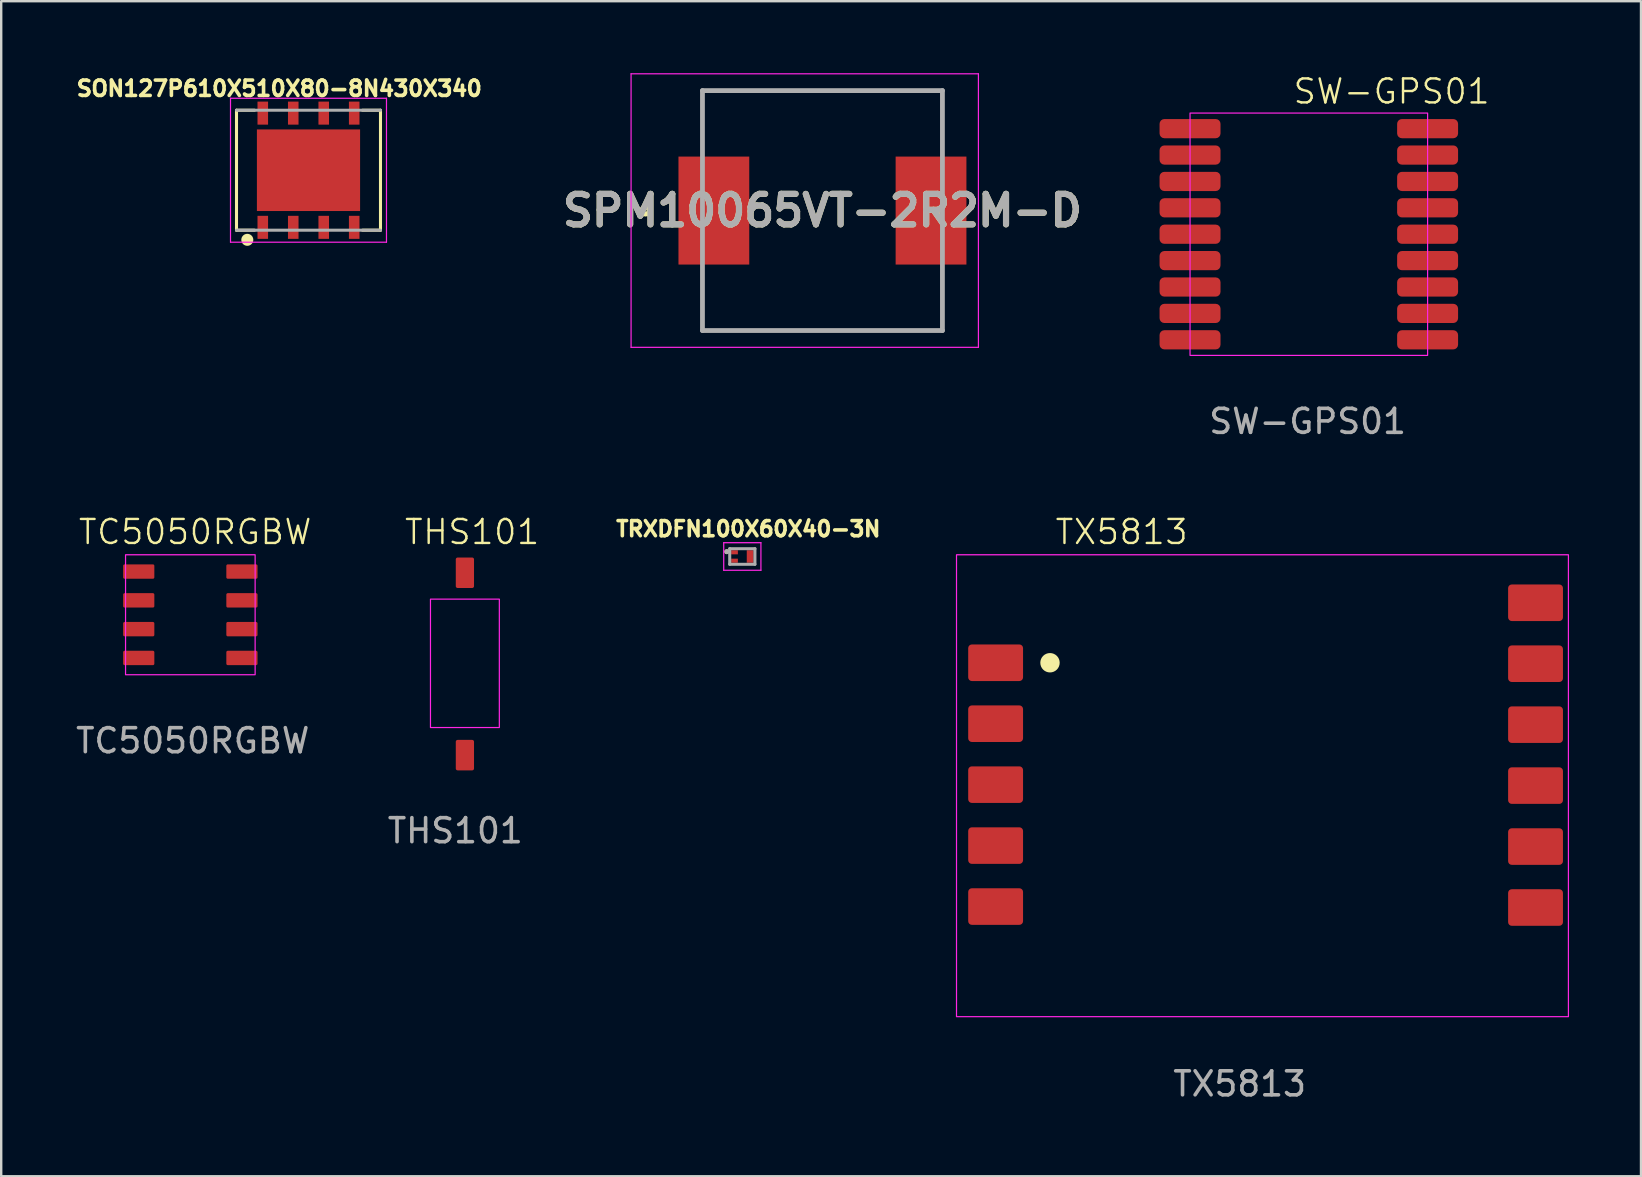
<source format=kicad_pcb>
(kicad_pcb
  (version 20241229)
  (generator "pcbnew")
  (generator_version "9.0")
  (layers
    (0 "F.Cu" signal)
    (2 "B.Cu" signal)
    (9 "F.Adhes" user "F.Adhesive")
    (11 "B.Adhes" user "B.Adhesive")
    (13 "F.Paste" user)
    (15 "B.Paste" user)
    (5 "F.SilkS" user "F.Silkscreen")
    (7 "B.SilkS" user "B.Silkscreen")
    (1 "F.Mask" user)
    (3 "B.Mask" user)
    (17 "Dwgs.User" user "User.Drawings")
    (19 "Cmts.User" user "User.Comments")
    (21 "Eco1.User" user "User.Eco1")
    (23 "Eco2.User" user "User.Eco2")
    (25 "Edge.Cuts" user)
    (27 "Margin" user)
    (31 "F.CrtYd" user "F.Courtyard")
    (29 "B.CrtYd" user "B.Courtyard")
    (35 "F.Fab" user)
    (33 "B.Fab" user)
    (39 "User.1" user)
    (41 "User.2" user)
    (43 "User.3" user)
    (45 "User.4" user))
  (footprint "THS101"
    (layer "F.Cu")
    (at 16.324 24.469)
    (property "Reference" "THS101" (at 0.3 -5.35 0) (unlocked yes) (layer "F.SilkS") (effects (font (size 1 1) (thickness 0.1))))
    (attr smd)
    (fp_rect (start -1.435 -2.55) (end 1.435 2.8) (stroke (width 0.05) (type default)) (fill no) (layer "F.CrtYd"))
    (fp_text user "${REFERENCE}" (at -0.4 7.1 0) (unlocked yes) (layer "F.Fab") (effects (font (size 1 1) (thickness 0.15))))
    (pad "1" smd roundrect (at 0 -3.65) (size 0.76 1.27) (layers "F.Cu" "F.Mask" "F.Paste") (roundrect_rratio 0.1))
    (pad "2" smd roundrect (at 0 3.95) (size 0.76 1.27) (layers "F.Cu" "F.Mask" "F.Paste") (roundrect_rratio 0.1)))
  (footprint "TC5050RGBW"
    (layer "F.Cu")
    (at 5.032 22.069)
    (property "Reference" "TC5050RGBW" (at 0.05 -2.95 0) (unlocked yes) (layer "F.SilkS") (effects (font (size 1 1) (thickness 0.1))))
    (attr smd)
    (fp_rect (start -2.85 -2) (end 2.55 3) (stroke (width 0.05) (type default)) (fill no) (layer "F.CrtYd"))
    (fp_text user "${REFERENCE}" (at -0.05 5.75 0) (unlocked yes) (layer "F.Fab") (effects (font (size 1 1) (thickness 0.15))))
    (pad "1" smd roundrect (at -2.3 -1.3 90) (size 0.6 1.3) (layers "F.Cu" "F.Mask" "F.Paste") (roundrect_rratio 0.1))
    (pad "2" smd roundrect (at -2.3 -0.1 90) (size 0.6 1.3) (layers "F.Cu" "F.Mask" "F.Paste") (roundrect_rratio 0.1))
    (pad "3" smd roundrect (at -2.3 1.1 90) (size 0.6 1.3) (layers "F.Cu" "F.Mask" "F.Paste") (roundrect_rratio 0.1))
    (pad "4" smd roundrect (at -2.3 2.3 90) (size 0.6 1.3) (layers "F.Cu" "F.Mask" "F.Paste") (roundrect_rratio 0.1))
    (pad "5" smd roundrect (at 2 2.3 90) (size 0.6 1.3) (layers "F.Cu" "F.Mask" "F.Paste") (roundrect_rratio 0.1))
    (pad "6" smd roundrect (at 2 1.1 90) (size 0.6 1.3) (layers "F.Cu" "F.Mask" "F.Paste") (roundrect_rratio 0.1))
    (pad "7" smd roundrect (at 2 -0.1 90) (size 0.6 1.3) (layers "F.Cu" "F.Mask" "F.Paste") (roundrect_rratio 0.1))
    (pad "8" smd roundrect (at 2 -1.3 90) (size 0.6 1.3) (layers "F.Cu" "F.Mask" "F.Paste") (roundrect_rratio 0.1)))
  (footprint "TRXDFN100X60X40-3N"
    (layer "F.Cu")
    (at 27.885 20.141)
    (property "Reference" "TRXDFN100X60X40-3N" (at 0.25 -1.15 0) (layer "F.SilkS") (effects (font (size 0.63 0.63) (thickness 0.15))))
    (attr smd)
    (fp_circle (center -0.65 -0.2) (end -0.648 -0.198) (stroke (width 0.1) (type solid)) (fill no) (layer "F.SilkS"))
    (fp_line (start -0.775 -0.575) (end 0.775 -0.575) (stroke (width 0.05) (type solid)) (layer "F.CrtYd"))
    (fp_line (start -0.775 0.575) (end -0.775 -0.575) (stroke (width 0.05) (type solid)) (layer "F.CrtYd"))
    (fp_line (start 0.775 -0.575) (end 0.775 0.575) (stroke (width 0.05) (type solid)) (layer "F.CrtYd"))
    (fp_line (start 0.775 0.575) (end -0.775 0.575) (stroke (width 0.05) (type solid)) (layer "F.CrtYd"))
    (fp_line (start -0.525 -0.325) (end 0.525 -0.325) (stroke (width 0.127) (type solid)) (layer "F.Fab"))
    (fp_line (start -0.525 0.325) (end -0.525 -0.325) (stroke (width 0.127) (type solid)) (layer "F.Fab"))
    (fp_line (start 0.525 -0.325) (end 0.525 0.325) (stroke (width 0.127) (type solid)) (layer "F.Fab"))
    (fp_line (start 0.525 0.325) (end -0.525 0.325) (stroke (width 0.127) (type solid)) (layer "F.Fab"))
    (fp_circle (center -0.65 -0.2) (end -0.648 -0.2) (stroke (width 0.1) (type solid)) (fill no) (layer "F.Fab"))
    (pad "1" smd rect (at -0.325 -0.175) (size 0.28 0.17) (layers "F.Cu" "F.Mask" "F.Paste"))
    (pad "2" smd rect (at -0.325 0.175) (size 0.28 0.17) (layers "F.Cu" "F.Mask" "F.Paste"))
    (pad "3" smd rect (at 0.325 0) (size 0.28 0.52) (layers "F.Cu" "F.Mask" "F.Paste")))
  (footprint "SPM10065VT-2R2M-D"
    (layer "F.Cu")
    (at 31.224 5.725)
    (property "Reference" "SPM10065VT-2R2M-D" (at 0 0 0) (layer "F.SilkS") (effects (font (size 1.27 1.27) (thickness 0.254))))
    (attr smd)
    (fp_line (start -5 -5) (end 5 -5) (stroke (width 0.1) (type solid)) (layer "F.SilkS"))
    (fp_line (start 5 5) (end -5 5) (stroke (width 0.1) (type solid)) (layer "F.SilkS"))
    (fp_circle (center -7.375 0) (end -7.375 0.05) (stroke (width 0.2) (type solid)) (fill no) (layer "F.SilkS"))
    (fp_line (start -7.975 -5.7) (end 6.5 -5.7) (stroke (width 0.05) (type solid)) (layer "F.CrtYd"))
    (fp_line (start -7.975 5.7) (end -7.975 -5.7) (stroke (width 0.05) (type solid)) (layer "F.CrtYd"))
    (fp_line (start 6.5 -5.7) (end 6.5 5.7) (stroke (width 0.05) (type solid)) (layer "F.CrtYd"))
    (fp_line (start 6.5 5.7) (end -7.975 5.7) (stroke (width 0.05) (type solid)) (layer "F.CrtYd"))
    (fp_line (start -5 -5) (end 5 -5) (stroke (width 0.2) (type solid)) (layer "F.Fab"))
    (fp_line (start -5 5) (end -5 -5) (stroke (width 0.2) (type solid)) (layer "F.Fab"))
    (fp_line (start 5 -5) (end 5 5) (stroke (width 0.2) (type solid)) (layer "F.Fab"))
    (fp_line (start 5 5) (end -5 5) (stroke (width 0.2) (type solid)) (layer "F.Fab"))
    (fp_text user "${REFERENCE}" (at 0 0 0) (layer "F.Fab") (effects (font (size 1.27 1.27) (thickness 0.254))))
    (pad "1" smd rect (at -4.525 0) (size 2.95 4.5) (layers "F.Cu" "F.Mask" "F.Paste"))
    (pad "2" smd rect (at 4.525 0) (size 2.95 4.5) (layers "F.Cu" "F.Mask" "F.Paste")))
  (footprint "SON127P610X510X80-8N430X340"
    (layer "F.Cu")
    (at 9.806 4.044)
    (property "Reference" "SON127P610X510X80-8N430X340" (at -1.218 -3.406 0) (layer "F.SilkS") (effects (font (size 0.64 0.64) (thickness 0.15))))
    (attr smd)
    (fp_line (start -3 -2.5) (end -3 2.5) (stroke (width 0.127) (type solid)) (layer "F.SilkS"))
    (fp_line (start -3 2.5) (end -2.25 2.5) (stroke (width 0.127) (type solid)) (layer "F.SilkS"))
    (fp_line (start -2.25 -2.5) (end -3 -2.5) (stroke (width 0.127) (type solid)) (layer "F.SilkS"))
    (fp_line (start 2.25 -2.5) (end 3 -2.5) (stroke (width 0.127) (type solid)) (layer "F.SilkS"))
    (fp_line (start 3 -2.5) (end 3 2.5) (stroke (width 0.127) (type solid)) (layer "F.SilkS"))
    (fp_line (start 3 2.5) (end 2.25 2.5) (stroke (width 0.127) (type solid)) (layer "F.SilkS"))
    (fp_circle (center -2.55 2.9) (end -2.3 2.9) (stroke (width 0) (type solid)) (fill yes) (layer "F.SilkS"))
    (fp_line (start -3.25 -3) (end 3.25 -3) (stroke (width 0.05) (type solid)) (layer "F.CrtYd"))
    (fp_line (start -3.25 3) (end -3.25 -3) (stroke (width 0.05) (type solid)) (layer "F.CrtYd"))
    (fp_line (start 3.25 -3) (end 3.25 3) (stroke (width 0.05) (type solid)) (layer "F.CrtYd"))
    (fp_line (start 3.25 3) (end -3.25 3) (stroke (width 0.05) (type solid)) (layer "F.CrtYd"))
    (fp_line (start -3 2.5) (end 3 2.5) (stroke (width 0.127) (type solid)) (layer "F.Fab"))
    (fp_line (start 3 -2.5) (end -3 -2.5) (stroke (width 0.127) (type solid)) (layer "F.Fab"))
    (pad "1" smd rect (at -1.905 2.38 90) (size 0.96 0.44) (layers "F.Cu" "F.Mask" "F.Paste"))
    (pad "2" smd rect (at -0.635 2.38 90) (size 0.96 0.44) (layers "F.Cu" "F.Mask" "F.Paste"))
    (pad "3" smd rect (at 0.635 2.38 90) (size 0.96 0.44) (layers "F.Cu" "F.Mask" "F.Paste"))
    (pad "4" smd rect (at 1.905 2.38 90) (size 0.96 0.44) (layers "F.Cu" "F.Mask" "F.Paste"))
    (pad "5" smd rect (at 1.905 -2.38 90) (size 0.96 0.44) (layers "F.Cu" "F.Mask" "F.Paste"))
    (pad "6" smd rect (at 0.635 -2.38 90) (size 0.96 0.44) (layers "F.Cu" "F.Mask" "F.Paste"))
    (pad "7" smd rect (at -0.635 -2.38 90) (size 0.96 0.44) (layers "F.Cu" "F.Mask" "F.Paste"))
    (pad "8" smd rect (at -1.905 -2.38 90) (size 0.96 0.44) (layers "F.Cu" "F.Mask" "F.Paste"))
    (pad "9" smd rect (at 0 0 90) (size 3.4 4.3) (layers "F.Cu" "F.Mask" "F.Paste")))
  (footprint "TX5813"
    (layer "F.Cu")
    (at 43.811 34.069)
    (property "Reference" "TX5813" (at -0.12 -14.95 0) (unlocked yes) (layer "F.SilkS") (effects (font (size 1 1) (thickness 0.1))))
    (attr smd)
    (fp_circle (center -3.104 -9.5) (end -2.75 -9.5) (stroke (width 0.1) (type solid)) (fill yes) (layer "F.SilkS"))
    (fp_rect (start -7 -14) (end 18.5 5.25) (stroke (width 0.05) (type default)) (fill no) (layer "F.CrtYd"))
    (fp_text user "${REFERENCE}" (at 4.8 8.05 0) (unlocked yes) (layer "F.Fab") (effects (font (size 1 1) (thickness 0.15))))
    (pad "1" smd roundrect (at -5.37 -9.5) (size 2.286 1.524) (layers "F.Cu" "F.Mask" "F.Paste") (roundrect_rratio 0.1))
    (pad "2" smd roundrect (at -5.37 -6.96) (size 2.286 1.524) (layers "F.Cu" "F.Mask" "F.Paste") (roundrect_rratio 0.1))
    (pad "3" smd roundrect (at -5.37 -4.42) (size 2.286 1.524) (layers "F.Cu" "F.Mask" "F.Paste") (roundrect_rratio 0.1))
    (pad "4" smd roundrect (at -5.37 -1.88) (size 2.286 1.524) (layers "F.Cu" "F.Mask" "F.Paste") (roundrect_rratio 0.1))
    (pad "5" smd roundrect (at -5.37 0.66) (size 2.286 1.524) (layers "F.Cu" "F.Mask" "F.Paste") (roundrect_rratio 0.1))
    (pad "6" smd roundrect (at 17.13 0.7) (size 2.286 1.524) (layers "F.Cu" "F.Mask" "F.Paste") (roundrect_rratio 0.1))
    (pad "7" smd roundrect (at 17.13 -1.84) (size 2.286 1.524) (layers "F.Cu" "F.Mask" "F.Paste") (roundrect_rratio 0.1))
    (pad "8" smd roundrect (at 17.13 -4.38) (size 2.286 1.524) (layers "F.Cu" "F.Mask" "F.Paste") (roundrect_rratio 0.1))
    (pad "9" smd roundrect (at 17.13 -6.92) (size 2.286 1.524) (layers "F.Cu" "F.Mask" "F.Paste") (roundrect_rratio 0.1))
    (pad "10" smd roundrect (at 17.13 -9.46) (size 2.286 1.524) (layers "F.Cu" "F.Mask" "F.Paste") (roundrect_rratio 0.1))
    (pad "11" smd roundrect (at 17.13 -12) (size 2.286 1.524) (layers "F.Cu" "F.Mask" "F.Paste") (roundrect_rratio 0.1)))
  (footprint "SW-GPS01"
    (layer "F.Cu")
    (at 51.143 2.711)
    (property "Reference" "SW-GPS01" (at 3.8 -1.95 0) (unlocked yes) (layer "F.SilkS") (effects (font (size 1 1) (thickness 0.1))))
    (attr smd)
    (fp_rect (start -4.6 -1.05) (end 5.3 9.05) (stroke (width 0.05) (type default)) (fill no) (layer "F.CrtYd"))
    (fp_text user "${REFERENCE}" (at 0.3 11.8 0) (unlocked yes) (layer "F.Fab") (effects (font (size 1 1) (thickness 0.15))))
    (pad "1" smd roundrect (at -4.6 -0.4) (size 2.54 0.8) (layers "F.Cu" "F.Mask" "F.Paste") (roundrect_rratio 0.25))
    (pad "2" smd roundrect (at -4.6 0.7) (size 2.54 0.8) (layers "F.Cu" "F.Mask" "F.Paste") (roundrect_rratio 0.25))
    (pad "3" smd roundrect (at -4.6 1.8) (size 2.54 0.8) (layers "F.Cu" "F.Mask" "F.Paste") (roundrect_rratio 0.25))
    (pad "4" smd roundrect (at -4.6 2.9) (size 2.54 0.8) (layers "F.Cu" "F.Mask" "F.Paste") (roundrect_rratio 0.25))
    (pad "5" smd roundrect (at -4.6 4) (size 2.54 0.8) (layers "F.Cu" "F.Mask" "F.Paste") (roundrect_rratio 0.25))
    (pad "6" smd roundrect (at -4.6 5.1) (size 2.54 0.8) (layers "F.Cu" "F.Mask" "F.Paste") (roundrect_rratio 0.25))
    (pad "7" smd roundrect (at -4.6 6.2) (size 2.54 0.8) (layers "F.Cu" "F.Mask" "F.Paste") (roundrect_rratio 0.25))
    (pad "8" smd roundrect (at -4.6 7.3) (size 2.54 0.8) (layers "F.Cu" "F.Mask" "F.Paste") (roundrect_rratio 0.25))
    (pad "9" smd roundrect (at -4.6 8.4) (size 2.54 0.8) (layers "F.Cu" "F.Mask" "F.Paste") (roundrect_rratio 0.25))
    (pad "10" smd roundrect (at 5.3 8.4) (size 2.54 0.8) (layers "F.Cu" "F.Mask" "F.Paste") (roundrect_rratio 0.25))
    (pad "11" smd roundrect (at 5.3 7.3) (size 2.54 0.8) (layers "F.Cu" "F.Mask" "F.Paste") (roundrect_rratio 0.25))
    (pad "12" smd roundrect (at 5.3 6.2) (size 2.54 0.8) (layers "F.Cu" "F.Mask" "F.Paste") (roundrect_rratio 0.25))
    (pad "13" smd roundrect (at 5.3 5.1) (size 2.54 0.8) (layers "F.Cu" "F.Mask" "F.Paste") (roundrect_rratio 0.25))
    (pad "14" smd roundrect (at 5.3 4) (size 2.54 0.8) (layers "F.Cu" "F.Mask" "F.Paste") (roundrect_rratio 0.25))
    (pad "15" smd roundrect (at 5.3 2.9) (size 2.54 0.8) (layers "F.Cu" "F.Mask" "F.Paste") (roundrect_rratio 0.25))
    (pad "16" smd roundrect (at 5.3 1.8) (size 2.54 0.8) (layers "F.Cu" "F.Mask" "F.Paste") (roundrect_rratio 0.25))
    (pad "17" smd roundrect (at 5.3 0.7) (size 2.54 0.8) (layers "F.Cu" "F.Mask" "F.Paste") (roundrect_rratio 0.25))
    (pad "18" smd roundrect (at 5.3 -0.4) (size 2.54 0.8) (layers "F.Cu" "F.Mask" "F.Paste") (roundrect_rratio 0.25)))
  (gr_rect
    (start -3 -3)
    (end 65.336 45.968)
    (stroke (width 0.1) (type default))
    (fill no)
    (layer "Edge.Cuts")))
</source>
